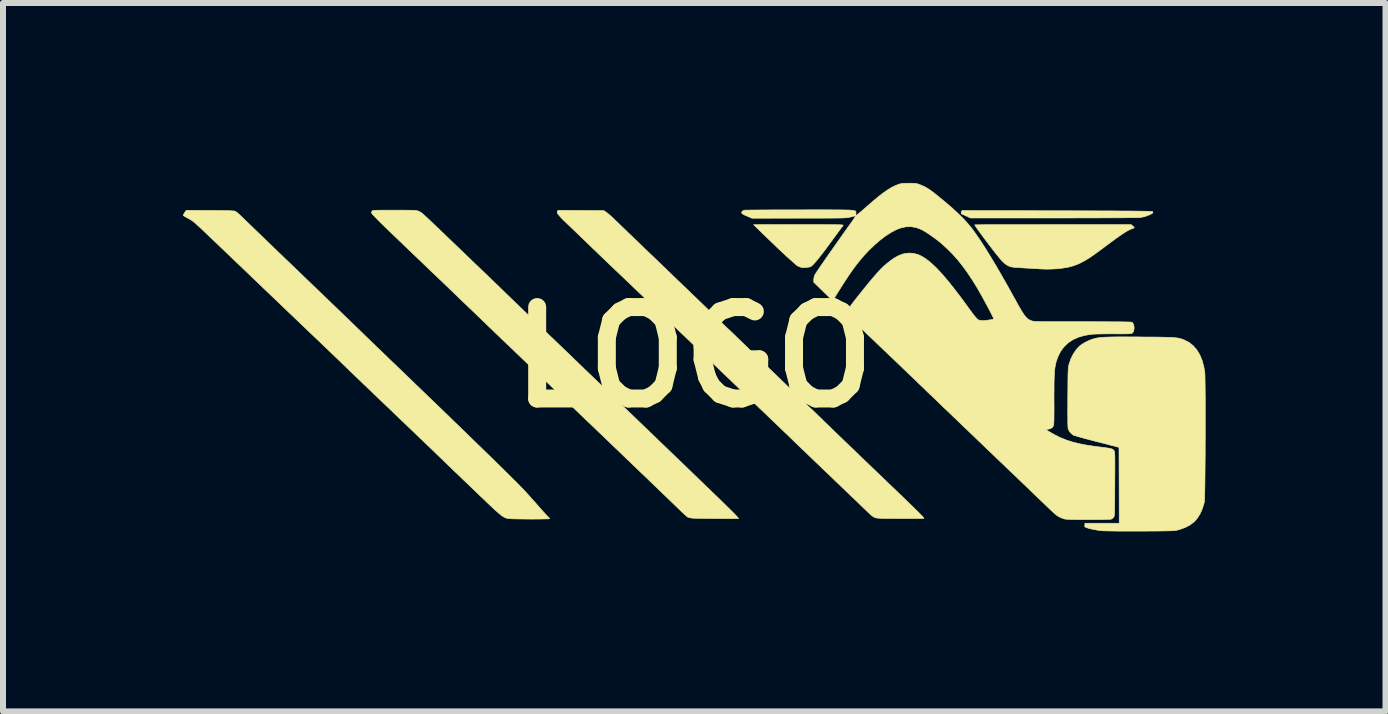
<source format=kicad_pcb>
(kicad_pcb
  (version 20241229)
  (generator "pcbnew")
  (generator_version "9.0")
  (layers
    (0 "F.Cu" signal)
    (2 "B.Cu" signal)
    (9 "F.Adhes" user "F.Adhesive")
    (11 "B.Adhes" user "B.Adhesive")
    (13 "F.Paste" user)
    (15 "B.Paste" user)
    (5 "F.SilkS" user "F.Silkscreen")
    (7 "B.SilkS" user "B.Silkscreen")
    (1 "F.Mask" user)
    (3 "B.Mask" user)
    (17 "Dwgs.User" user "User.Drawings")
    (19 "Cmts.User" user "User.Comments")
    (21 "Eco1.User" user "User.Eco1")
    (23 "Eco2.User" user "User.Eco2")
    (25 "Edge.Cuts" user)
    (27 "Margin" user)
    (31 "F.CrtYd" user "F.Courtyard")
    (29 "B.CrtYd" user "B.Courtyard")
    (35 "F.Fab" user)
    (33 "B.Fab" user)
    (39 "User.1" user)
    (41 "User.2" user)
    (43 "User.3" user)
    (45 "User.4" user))
  (footprint "LOGO"
    (layer "F.Cu")
    (at 8.518 2.904)
    (property "Reference" "LOGO" (at 0 0 0) (layer "F.SilkS") (effects (font (size 1.524 1.524) (thickness 0.3))))
    (attr through_hole)
    (fp_poly (pts (xy 6.055 -2.44) (xy 6.26 -2.44) (xy 6.449 -2.439) (xy 6.622 -2.439) (xy 6.78 -2.438) (xy 6.923 -2.438) (xy 7.051 -2.437) (xy 7.165 -2.436) (xy 7.266 -2.436) (xy 7.354 -2.435) (xy 7.429 -2.434) (xy 7.492 -2.433) (xy 7.544 -2.432) (xy 7.584 -2.431) (xy 7.615 -2.43) (xy 7.635 -2.429) (xy 7.645 -2.428) (xy 7.647 -2.427) (xy 7.652 -2.415) (xy 7.649 -2.404) (xy 7.636 -2.393) (xy 7.61 -2.38) (xy 7.58 -2.367) (xy 7.515 -2.343) (xy 7.452 -2.33) (xy 7.434 -2.328) (xy 7.417 -2.327) (xy 7.385 -2.326) (xy 7.337 -2.325) (xy 7.275 -2.325) (xy 7.2 -2.324) (xy 7.113 -2.323) (xy 7.014 -2.323) (xy 6.905 -2.322) (xy 6.787 -2.322) (xy 6.659 -2.321) (xy 6.524 -2.321) (xy 6.383 -2.321) (xy 6.235 -2.32) (xy 6.083 -2.32) (xy 5.986 -2.32) (xy 4.61 -2.32) (xy 4.555 -2.346) (xy 4.524 -2.36) (xy 4.495 -2.373) (xy 4.477 -2.38) (xy 4.46 -2.389) (xy 4.454 -2.399) (xy 4.459 -2.418) (xy 4.461 -2.424) (xy 4.469 -2.444) (xy 6.055 -2.44)) (stroke (width 0.01) (type solid)) (fill yes) (layer "F.SilkS"))
    (fp_poly (pts (xy 1.992 -2.21) (xy 2.091 -2.21) (xy 2.176 -2.209) (xy 2.249 -2.209) (xy 2.31 -2.209) (xy 2.359 -2.208) (xy 2.399 -2.207) (xy 2.43 -2.207) (xy 2.454 -2.206) (xy 2.47 -2.204) (xy 2.481 -2.203) (xy 2.487 -2.201) (xy 2.489 -2.199) (xy 2.489 -2.196) (xy 2.488 -2.195) (xy 2.478 -2.182) (xy 2.461 -2.16) (xy 2.438 -2.13) (xy 2.416 -2.1) (xy 2.389 -2.063) (xy 2.356 -2.018) (xy 2.32 -1.969) (xy 2.285 -1.921) (xy 2.273 -1.905) (xy 2.201 -1.807) (xy 2.137 -1.723) (xy 2.081 -1.652) (xy 2.034 -1.595) (xy 1.996 -1.553) (xy 1.967 -1.524) (xy 1.947 -1.509) (xy 1.944 -1.508) (xy 1.92 -1.502) (xy 1.888 -1.497) (xy 1.852 -1.494) (xy 1.82 -1.493) (xy 1.799 -1.495) (xy 1.757 -1.508) (xy 1.728 -1.521) (xy 1.714 -1.531) (xy 1.701 -1.542) (xy 1.679 -1.562) (xy 1.651 -1.587) (xy 1.626 -1.609) (xy 1.586 -1.644) (xy 1.544 -1.682) (xy 1.498 -1.725) (xy 1.447 -1.773) (xy 1.389 -1.827) (xy 1.324 -1.89) (xy 1.25 -1.961) (xy 1.166 -2.042) (xy 1.105 -2.102) (xy 0.995 -2.209) (xy 1.748 -2.21) (xy 1.878 -2.21) (xy 1.992 -2.21)) (stroke (width 0.01) (type solid)) (fill yes) (layer "F.SilkS"))
    (fp_poly (pts (xy 7.315 -2.188) (xy 7.331 -2.172) (xy 7.34 -2.161) (xy 7.341 -2.158) (xy 7.333 -2.152) (xy 7.314 -2.144) (xy 7.293 -2.137) (xy 7.263 -2.125) (xy 7.224 -2.104) (xy 7.173 -2.073) (xy 7.112 -2.032) (xy 7.039 -1.981) (xy 6.955 -1.919) (xy 6.862 -1.85) (xy 6.769 -1.78) (xy 6.687 -1.721) (xy 6.614 -1.67) (xy 6.548 -1.628) (xy 6.489 -1.594) (xy 6.433 -1.565) (xy 6.379 -1.542) (xy 6.326 -1.523) (xy 6.272 -1.508) (xy 6.232 -1.498) (xy 6.153 -1.485) (xy 6.064 -1.474) (xy 5.969 -1.469) (xy 5.874 -1.467) (xy 5.791 -1.47) (xy 5.77 -1.471) (xy 5.736 -1.474) (xy 5.692 -1.476) (xy 5.642 -1.479) (xy 5.596 -1.482) (xy 5.517 -1.486) (xy 5.453 -1.49) (xy 5.402 -1.493) (xy 5.362 -1.496) (xy 5.332 -1.499) (xy 5.309 -1.502) (xy 5.292 -1.505) (xy 5.279 -1.508) (xy 5.267 -1.512) (xy 5.263 -1.513) (xy 5.231 -1.528) (xy 5.2 -1.548) (xy 5.167 -1.575) (xy 5.131 -1.611) (xy 5.09 -1.658) (xy 5.043 -1.716) (xy 5.032 -1.73) (xy 4.983 -1.793) (xy 4.934 -1.856) (xy 4.887 -1.919) (xy 4.842 -1.979) (xy 4.8 -2.035) (xy 4.763 -2.086) (xy 4.731 -2.13) (xy 4.707 -2.165) (xy 4.69 -2.19) (xy 4.682 -2.204) (xy 4.682 -2.206) (xy 4.69 -2.206) (xy 4.715 -2.206) (xy 4.754 -2.207) (xy 4.808 -2.207) (xy 4.875 -2.208) (xy 4.954 -2.208) (xy 5.045 -2.208) (xy 5.146 -2.209) (xy 5.257 -2.209) (xy 5.376 -2.209) (xy 5.504 -2.209) (xy 5.638 -2.209) (xy 5.778 -2.209) (xy 5.924 -2.21) (xy 5.985 -2.21) (xy 7.288 -2.21) (xy 7.315 -2.188)) (stroke (width 0.01) (type solid)) (fill yes) (layer "F.SilkS"))
    (fp_poly (pts (xy 7.293 -0.337) (xy 7.414 -0.337) (xy 7.456 -0.336) (xy 7.573 -0.335) (xy 7.673 -0.335) (xy 7.759 -0.334) (xy 7.833 -0.332) (xy 7.895 -0.331) (xy 7.947 -0.329) (xy 7.991 -0.327) (xy 8.027 -0.323) (xy 8.058 -0.32) (xy 8.084 -0.315) (xy 8.107 -0.31) (xy 8.129 -0.303) (xy 8.15 -0.296) (xy 8.173 -0.287) (xy 8.18 -0.284) (xy 8.257 -0.244) (xy 8.325 -0.189) (xy 8.384 -0.121) (xy 8.433 -0.04) (xy 8.472 0.053) (xy 8.501 0.159) (xy 8.517 0.256) (xy 8.519 0.277) (xy 8.52 0.314) (xy 8.521 0.364) (xy 8.522 0.427) (xy 8.523 0.501) (xy 8.524 0.586) (xy 8.525 0.679) (xy 8.525 0.779) (xy 8.525 0.886) (xy 8.525 0.998) (xy 8.525 1.113) (xy 8.525 1.231) (xy 8.525 1.35) (xy 8.524 1.469) (xy 8.524 1.586) (xy 8.523 1.7) (xy 8.522 1.811) (xy 8.521 1.916) (xy 8.52 2.015) (xy 8.519 2.106) (xy 8.518 2.188) (xy 8.516 2.259) (xy 8.515 2.319) (xy 8.513 2.366) (xy 8.512 2.399) (xy 8.51 2.416) (xy 8.51 2.417) (xy 8.479 2.52) (xy 8.441 2.608) (xy 8.395 2.682) (xy 8.34 2.745) (xy 8.273 2.796) (xy 8.195 2.838) (xy 8.104 2.871) (xy 8.053 2.885) (xy 8.039 2.887) (xy 8.023 2.89) (xy 8.003 2.892) (xy 7.977 2.894) (xy 7.944 2.895) (xy 7.903 2.896) (xy 7.853 2.897) (xy 7.792 2.898) (xy 7.719 2.899) (xy 7.632 2.899) (xy 7.531 2.9) (xy 7.451 2.9) (xy 7.353 2.9) (xy 7.258 2.9) (xy 7.168 2.9) (xy 7.084 2.9) (xy 7.008 2.899) (xy 6.942 2.898) (xy 6.887 2.897) (xy 6.845 2.896) (xy 6.818 2.895) (xy 6.816 2.895) (xy 6.767 2.89) (xy 6.716 2.882) (xy 6.665 2.873) (xy 6.618 2.863) (xy 6.576 2.852) (xy 6.544 2.842) (xy 6.523 2.832) (xy 6.516 2.825) (xy 6.517 2.805) (xy 6.518 2.79) (xy 6.519 2.769) (xy 6.805 2.769) (xy 7.091 2.769) (xy 7.089 2.136) (xy 7.087 1.504) (xy 6.72 1.409) (xy 6.643 1.389) (xy 6.57 1.37) (xy 6.503 1.352) (xy 6.445 1.336) (xy 6.396 1.322) (xy 6.359 1.311) (xy 6.335 1.304) (xy 6.327 1.301) (xy 6.295 1.277) (xy 6.265 1.244) (xy 6.244 1.208) (xy 6.24 1.196) (xy 6.237 1.182) (xy 6.236 1.156) (xy 6.234 1.116) (xy 6.233 1.064) (xy 6.233 0.997) (xy 6.232 0.915) (xy 6.233 0.818) (xy 6.233 0.705) (xy 6.233 0.673) (xy 6.234 0.569) (xy 6.235 0.481) (xy 6.235 0.407) (xy 6.236 0.345) (xy 6.237 0.294) (xy 6.238 0.253) (xy 6.24 0.22) (xy 6.241 0.194) (xy 6.243 0.173) (xy 6.246 0.155) (xy 6.249 0.14) (xy 6.252 0.126) (xy 6.255 0.114) (xy 6.287 0.023) (xy 6.329 -0.06) (xy 6.379 -0.131) (xy 6.429 -0.184) (xy 6.475 -0.218) (xy 6.531 -0.251) (xy 6.592 -0.28) (xy 6.644 -0.3) (xy 6.67 -0.307) (xy 6.697 -0.314) (xy 6.726 -0.32) (xy 6.759 -0.325) (xy 6.795 -0.329) (xy 6.838 -0.332) (xy 6.888 -0.334) (xy 6.947 -0.336) (xy 7.015 -0.337) (xy 7.095 -0.338) (xy 7.187 -0.338) (xy 7.293 -0.337)) (stroke (width 0.01) (type solid)) (fill yes) (layer "F.SilkS"))
    (fp_poly (pts (xy -4.99 -2.45) (xy -4.902 -2.45) (xy -4.829 -2.45) (xy -4.769 -2.449) (xy -4.722 -2.449) (xy -4.685 -2.448) (xy -4.656 -2.446) (xy -4.635 -2.444) (xy -4.619 -2.442) (xy -4.606 -2.439) (xy -4.596 -2.436) (xy -4.588 -2.432) (xy -4.579 -2.428) (xy -4.571 -2.424) (xy -4.562 -2.419) (xy -4.552 -2.413) (xy -4.54 -2.405) (xy -4.526 -2.393) (xy -4.508 -2.378) (xy -4.486 -2.358) (xy -4.459 -2.333) (xy -4.425 -2.302) (xy -4.385 -2.264) (xy -4.338 -2.219) (xy -4.282 -2.165) (xy -4.217 -2.103) (xy -4.141 -2.031) (xy -4.055 -1.948) (xy -3.992 -1.888) (xy -3.966 -1.863) (xy -3.93 -1.828) (xy -3.884 -1.784) (xy -3.831 -1.733) (xy -3.772 -1.676) (xy -3.709 -1.616) (xy -3.643 -1.552) (xy -3.575 -1.488) (xy -3.548 -1.461) (xy -3.484 -1.4) (xy -3.423 -1.342) (xy -3.367 -1.288) (xy -3.317 -1.239) (xy -3.273 -1.198) (xy -3.238 -1.164) (xy -3.212 -1.138) (xy -3.196 -1.123) (xy -3.192 -1.119) (xy -3.18 -1.107) (xy -3.157 -1.085) (xy -3.124 -1.052) (xy -3.08 -1.01) (xy -3.027 -0.959) (xy -2.966 -0.9) (xy -2.898 -0.834) (xy -2.822 -0.761) (xy -2.747 -0.69) (xy -2.699 -0.643) (xy -2.653 -0.6) (xy -2.613 -0.561) (xy -2.578 -0.528) (xy -2.552 -0.502) (xy -2.536 -0.486) (xy -2.532 -0.482) (xy -2.521 -0.472) (xy -2.499 -0.451) (xy -2.468 -0.421) (xy -2.43 -0.384) (xy -2.386 -0.342) (xy -2.337 -0.296) (xy -2.299 -0.259) (xy -2.242 -0.204) (xy -2.183 -0.147) (xy -2.124 -0.091) (xy -2.068 -0.037) (xy -2.018 0.011) (xy -1.977 0.051) (xy -1.964 0.063) (xy -1.927 0.099) (xy -1.881 0.143) (xy -1.828 0.195) (xy -1.77 0.251) (xy -1.71 0.308) (xy -1.651 0.365) (xy -1.621 0.393) (xy -1.564 0.449) (xy -1.504 0.506) (xy -1.445 0.563) (xy -1.389 0.617) (xy -1.339 0.666) (xy -1.296 0.707) (xy -1.278 0.724) (xy -1.232 0.769) (xy -1.181 0.819) (xy -1.13 0.868) (xy -1.083 0.913) (xy -1.054 0.94) (xy -1.014 0.979) (xy -0.965 1.026) (xy -0.914 1.076) (xy -0.863 1.124) (xy -0.83 1.156) (xy -0.794 1.191) (xy -0.757 1.226) (xy -0.72 1.263) (xy -0.679 1.302) (xy -0.634 1.345) (xy -0.584 1.394) (xy -0.526 1.449) (xy -0.459 1.513) (xy -0.383 1.587) (xy -0.347 1.621) (xy -0.235 1.729) (xy -0.123 1.836) (xy -0.008 1.948) (xy 0.106 2.058) (xy 0.154 2.104) (xy 0.205 2.154) (xy 0.257 2.203) (xy 0.304 2.249) (xy 0.343 2.286) (xy 0.343 2.286) (xy 0.42 2.36) (xy 0.49 2.429) (xy 0.552 2.49) (xy 0.607 2.544) (xy 0.652 2.589) (xy 0.688 2.625) (xy 0.713 2.652) (xy 0.727 2.667) (xy 0.728 2.669) (xy 0.746 2.692) (xy 0.4 2.691) (xy 0.322 2.691) (xy 0.247 2.69) (xy 0.177 2.689) (xy 0.114 2.688) (xy 0.061 2.687) (xy 0.019 2.686) (xy -0.008 2.685) (xy -0.013 2.685) (xy -0.048 2.681) (xy -0.079 2.675) (xy -0.099 2.669) (xy -0.102 2.668) (xy -0.114 2.658) (xy -0.136 2.639) (xy -0.166 2.612) (xy -0.201 2.579) (xy -0.239 2.543) (xy -0.241 2.541) (xy -0.289 2.495) (xy -0.342 2.444) (xy -0.396 2.392) (xy -0.445 2.344) (xy -0.47 2.32) (xy -0.517 2.275) (xy -0.571 2.223) (xy -0.625 2.171) (xy -0.675 2.123) (xy -0.69 2.108) (xy -0.725 2.075) (xy -0.768 2.033) (xy -0.819 1.984) (xy -0.875 1.931) (xy -0.932 1.876) (xy -0.988 1.822) (xy -1.008 1.804) (xy -1.062 1.751) (xy -1.118 1.698) (xy -1.172 1.646) (xy -1.222 1.597) (xy -1.266 1.555) (xy -1.301 1.522) (xy -1.312 1.511) (xy -1.338 1.486) (xy -1.374 1.452) (xy -1.419 1.409) (xy -1.471 1.358) (xy -1.529 1.303) (xy -1.592 1.243) (xy -1.657 1.18) (xy -1.723 1.117) (xy -1.74 1.101) (xy -1.803 1.041) (xy -1.862 0.984) (xy -1.917 0.931) (xy -1.966 0.885) (xy -2.008 0.844) (xy -2.042 0.812) (xy -2.066 0.788) (xy -2.08 0.774) (xy -2.083 0.771) (xy -2.095 0.759) (xy -2.119 0.736) (xy -2.152 0.704) (xy -2.195 0.662) (xy -2.246 0.613) (xy -2.305 0.557) (xy -2.369 0.495) (xy -2.439 0.428) (xy -2.51 0.36) (xy -2.564 0.309) (xy -2.618 0.257) (xy -2.67 0.207) (xy -2.719 0.16) (xy -2.761 0.12) (xy -2.793 0.089) (xy -2.798 0.084) (xy -2.868 0.018) (xy -2.948 -0.059) (xy -3.041 -0.148) (xy -3.145 -0.247) (xy -3.205 -0.304) (xy -3.247 -0.345) (xy -3.297 -0.392) (xy -3.348 -0.442) (xy -3.398 -0.49) (xy -3.421 -0.512) (xy -3.456 -0.546) (xy -3.5 -0.589) (xy -3.552 -0.639) (xy -3.608 -0.693) (xy -3.667 -0.749) (xy -3.724 -0.804) (xy -3.747 -0.825) (xy -3.802 -0.879) (xy -3.859 -0.933) (xy -3.915 -0.987) (xy -3.967 -1.037) (xy -4.013 -1.082) (xy -4.051 -1.118) (xy -4.064 -1.13) (xy -4.108 -1.173) (xy -4.157 -1.22) (xy -4.206 -1.267) (xy -4.25 -1.309) (xy -4.263 -1.321) (xy -4.306 -1.362) (xy -4.356 -1.409) (xy -4.406 -1.457) (xy -4.449 -1.498) (xy -4.489 -1.537) (xy -4.521 -1.568) (xy -4.547 -1.593) (xy -4.57 -1.615) (xy -4.593 -1.637) (xy -4.62 -1.663) (xy -4.654 -1.695) (xy -4.674 -1.714) (xy -4.79 -1.825) (xy -4.894 -1.925) (xy -4.987 -2.014) (xy -5.069 -2.093) (xy -5.14 -2.162) (xy -5.201 -2.221) (xy -5.252 -2.272) (xy -5.293 -2.314) (xy -5.326 -2.347) (xy -5.35 -2.373) (xy -5.366 -2.392) (xy -5.375 -2.404) (xy -5.376 -2.408) (xy -5.372 -2.423) (xy -5.365 -2.434) (xy -5.361 -2.438) (xy -5.356 -2.441) (xy -5.347 -2.444) (xy -5.334 -2.446) (xy -5.314 -2.448) (xy -5.286 -2.449) (xy -5.248 -2.449) (xy -5.2 -2.45) (xy -5.139 -2.45) (xy -5.064 -2.45) (xy -4.99 -2.45)) (stroke (width 0.01) (type solid)) (fill yes) (layer "F.SilkS"))
    (fp_poly (pts (xy -1.884 -2.445) (xy -1.502 -2.443) (xy -1.463 -2.417) (xy -1.443 -2.402) (xy -1.414 -2.378) (xy -1.38 -2.348) (xy -1.343 -2.314) (xy -1.324 -2.295) (xy -1.28 -2.253) (xy -1.23 -2.205) (xy -1.181 -2.158) (xy -1.138 -2.116) (xy -1.13 -2.109) (xy -1.102 -2.081) (xy -1.063 -2.044) (xy -1.017 -1.999) (xy -0.965 -1.949) (xy -0.909 -1.896) (xy -0.852 -1.841) (xy -0.809 -1.799) (xy -0.752 -1.745) (xy -0.696 -1.691) (xy -0.641 -1.639) (xy -0.591 -1.591) (xy -0.547 -1.548) (xy -0.512 -1.514) (xy -0.491 -1.494) (xy -0.404 -1.41) (xy -0.324 -1.333) (xy -0.249 -1.261) (xy -0.175 -1.19) (xy -0.099 -1.117) (xy -0.018 -1.038) (xy 0.073 -0.952) (xy 0.076 -0.948) (xy 0.136 -0.891) (xy 0.196 -0.833) (xy 0.256 -0.775) (xy 0.313 -0.72) (xy 0.364 -0.67) (xy 0.408 -0.628) (xy 0.438 -0.598) (xy 0.475 -0.562) (xy 0.508 -0.529) (xy 0.536 -0.503) (xy 0.556 -0.484) (xy 0.566 -0.475) (xy 0.567 -0.474) (xy 0.575 -0.467) (xy 0.594 -0.449) (xy 0.621 -0.424) (xy 0.655 -0.391) (xy 0.693 -0.354) (xy 0.709 -0.338) (xy 0.751 -0.297) (xy 0.802 -0.248) (xy 0.859 -0.193) (xy 0.919 -0.135) (xy 0.978 -0.077) (xy 1.035 -0.022) (xy 1.041 -0.017) (xy 1.097 0.037) (xy 1.156 0.093) (xy 1.215 0.15) (xy 1.271 0.204) (xy 1.321 0.252) (xy 1.362 0.292) (xy 1.367 0.296) (xy 1.416 0.344) (xy 1.471 0.397) (xy 1.527 0.451) (xy 1.58 0.501) (xy 1.613 0.533) (xy 1.658 0.577) (xy 1.708 0.625) (xy 1.757 0.672) (xy 1.801 0.715) (xy 1.825 0.738) (xy 1.859 0.771) (xy 1.89 0.801) (xy 1.916 0.826) (xy 1.934 0.843) (xy 1.939 0.847) (xy 1.951 0.858) (xy 1.974 0.879) (xy 2.004 0.908) (xy 2.039 0.942) (xy 2.077 0.98) (xy 2.083 0.985) (xy 2.122 1.023) (xy 2.171 1.071) (xy 2.228 1.126) (xy 2.292 1.188) (xy 2.359 1.253) (xy 2.429 1.32) (xy 2.499 1.388) (xy 2.567 1.453) (xy 2.631 1.515) (xy 2.69 1.571) (xy 2.74 1.619) (xy 2.76 1.638) (xy 2.802 1.679) (xy 2.854 1.729) (xy 2.911 1.783) (xy 2.97 1.84) (xy 3.028 1.896) (xy 3.081 1.947) (xy 3.091 1.956) (xy 3.104 1.969) (xy 3.129 1.992) (xy 3.161 2.024) (xy 3.201 2.062) (xy 3.246 2.105) (xy 3.294 2.151) (xy 3.311 2.167) (xy 3.41 2.262) (xy 3.496 2.345) (xy 3.571 2.418) (xy 3.636 2.481) (xy 3.691 2.534) (xy 3.736 2.579) (xy 3.771 2.615) (xy 3.799 2.643) (xy 3.818 2.664) (xy 3.83 2.678) (xy 3.835 2.686) (xy 3.835 2.687) (xy 3.827 2.688) (xy 3.804 2.689) (xy 3.768 2.69) (xy 3.722 2.69) (xy 3.667 2.691) (xy 3.605 2.691) (xy 3.538 2.691) (xy 3.469 2.691) (xy 3.399 2.691) (xy 3.331 2.69) (xy 3.267 2.689) (xy 3.208 2.689) (xy 3.157 2.688) (xy 3.116 2.687) (xy 3.086 2.685) (xy 3.077 2.685) (xy 3.05 2.682) (xy 3.028 2.677) (xy 3.006 2.669) (xy 2.984 2.656) (xy 2.959 2.637) (xy 2.928 2.609) (xy 2.889 2.572) (xy 2.864 2.548) (xy 2.831 2.517) (xy 2.789 2.476) (xy 2.74 2.428) (xy 2.687 2.377) (xy 2.632 2.325) (xy 2.578 2.273) (xy 2.574 2.269) (xy 2.52 2.218) (xy 2.465 2.165) (xy 2.41 2.112) (xy 2.359 2.064) (xy 2.315 2.021) (xy 2.28 1.987) (xy 2.278 1.985) (xy 2.233 1.942) (xy 2.182 1.894) (xy 2.132 1.846) (xy 2.087 1.802) (xy 2.075 1.791) (xy 2.034 1.752) (xy 1.986 1.706) (xy 1.931 1.653) (xy 1.872 1.596) (xy 1.81 1.537) (xy 1.749 1.478) (xy 1.689 1.421) (xy 1.634 1.367) (xy 1.584 1.319) (xy 1.543 1.279) (xy 1.511 1.249) (xy 1.511 1.249) (xy 1.496 1.234) (xy 1.471 1.21) (xy 1.437 1.178) (xy 1.397 1.139) (xy 1.351 1.095) (xy 1.303 1.049) (xy 1.286 1.033) (xy 1.233 0.982) (xy 1.178 0.929) (xy 1.124 0.878) (xy 1.074 0.83) (xy 1.031 0.788) (xy 0.997 0.755) (xy 0.995 0.753) (xy 0.944 0.704) (xy 0.894 0.656) (xy 0.845 0.609) (xy 0.794 0.56) (xy 0.74 0.508) (xy 0.681 0.452) (xy 0.617 0.39) (xy 0.544 0.32) (xy 0.462 0.242) (xy 0.381 0.164) (xy 0.261 0.049) (xy 0.152 -0.055) (xy 0.054 -0.148) (xy -0.033 -0.232) (xy -0.11 -0.306) (xy -0.178 -0.371) (xy -0.238 -0.428) (xy -0.289 -0.478) (xy -0.333 -0.52) (xy -0.37 -0.555) (xy -0.401 -0.585) (xy -0.426 -0.609) (xy -0.445 -0.626) (xy -0.478 -0.659) (xy -0.52 -0.699) (xy -0.565 -0.742) (xy -0.609 -0.784) (xy -0.627 -0.801) (xy -0.672 -0.844) (xy -0.722 -0.892) (xy -0.772 -0.941) (xy -0.818 -0.984) (xy -0.83 -0.996) (xy -0.856 -1.021) (xy -0.893 -1.056) (xy -0.939 -1.1) (xy -0.991 -1.15) (xy -1.049 -1.206) (xy -1.111 -1.265) (xy -1.174 -1.325) (xy -1.228 -1.376) (xy -1.291 -1.436) (xy -1.354 -1.496) (xy -1.415 -1.554) (xy -1.471 -1.608) (xy -1.522 -1.657) (xy -1.566 -1.699) (xy -1.6 -1.732) (xy -1.621 -1.752) (xy -1.656 -1.786) (xy -1.69 -1.818) (xy -1.718 -1.846) (xy -1.739 -1.866) (xy -1.744 -1.871) (xy -1.758 -1.885) (xy -1.783 -1.908) (xy -1.815 -1.94) (xy -1.855 -1.978) (xy -1.899 -2.02) (xy -1.946 -2.066) (xy -1.958 -2.077) (xy -2.005 -2.122) (xy -2.05 -2.165) (xy -2.09 -2.203) (xy -2.123 -2.235) (xy -2.148 -2.259) (xy -2.164 -2.274) (xy -2.166 -2.276) (xy -2.184 -2.293) (xy -2.208 -2.319) (xy -2.234 -2.347) (xy -2.238 -2.352) (xy -2.261 -2.379) (xy -2.274 -2.397) (xy -2.279 -2.409) (xy -2.278 -2.42) (xy -2.276 -2.427) (xy -2.266 -2.448) (xy -1.884 -2.445)) (stroke (width 0.01) (type solid)) (fill yes) (layer "F.SilkS"))
    (fp_poly (pts (xy -8.065 -2.445) (xy -7.971 -2.445) (xy -7.893 -2.444) (xy -7.828 -2.443) (xy -7.776 -2.442) (xy -7.735 -2.441) (xy -7.704 -2.439) (xy -7.681 -2.438) (xy -7.664 -2.436) (xy -7.652 -2.433) (xy -7.643 -2.43) (xy -7.641 -2.429) (xy -7.632 -2.423) (xy -7.621 -2.415) (xy -7.607 -2.403) (xy -7.588 -2.387) (xy -7.563 -2.364) (xy -7.532 -2.334) (xy -7.492 -2.296) (xy -7.443 -2.248) (xy -7.383 -2.19) (xy -7.379 -2.186) (xy -7.276 -2.087) (xy -7.183 -1.997) (xy -7.096 -1.912) (xy -7.011 -1.831) (xy -6.927 -1.75) (xy -6.839 -1.666) (xy -6.82 -1.647) (xy -6.733 -1.564) (xy -6.654 -1.488) (xy -6.583 -1.42) (xy -6.521 -1.36) (xy -6.468 -1.309) (xy -6.426 -1.269) (xy -6.395 -1.239) (xy -6.388 -1.232) (xy -6.373 -1.218) (xy -6.348 -1.193) (xy -6.314 -1.161) (xy -6.274 -1.122) (xy -6.229 -1.079) (xy -6.18 -1.032) (xy -6.163 -1.016) (xy -6.107 -0.962) (xy -6.047 -0.904) (xy -5.986 -0.846) (xy -5.927 -0.789) (xy -5.874 -0.738) (xy -5.834 -0.699) (xy -5.793 -0.66) (xy -5.755 -0.624) (xy -5.724 -0.593) (xy -5.699 -0.569) (xy -5.684 -0.554) (xy -5.68 -0.551) (xy -5.668 -0.54) (xy -5.646 -0.518) (xy -5.615 -0.488) (xy -5.576 -0.451) (xy -5.532 -0.408) (xy -5.483 -0.36) (xy -5.432 -0.311) (xy -5.38 -0.26) (xy -5.328 -0.21) (xy -5.317 -0.199) (xy -5.279 -0.162) (xy -5.231 -0.117) (xy -5.177 -0.064) (xy -5.119 -0.009) (xy -5.061 0.048) (xy -5.004 0.102) (xy -4.991 0.114) (xy -4.917 0.186) (xy -4.847 0.253) (xy -4.78 0.318) (xy -4.712 0.383) (xy -4.642 0.451) (xy -4.566 0.524) (xy -4.482 0.605) (xy -4.42 0.665) (xy -4.354 0.728) (xy -4.295 0.785) (xy -4.242 0.836) (xy -4.193 0.883) (xy -4.147 0.928) (xy -4.102 0.971) (xy -4.057 1.015) (xy -4.01 1.061) (xy -3.959 1.11) (xy -3.904 1.163) (xy -3.842 1.223) (xy -3.772 1.291) (xy -3.693 1.368) (xy -3.624 1.435) (xy -3.52 1.536) (xy -3.42 1.633) (xy -3.325 1.726) (xy -3.235 1.815) (xy -3.151 1.897) (xy -3.074 1.974) (xy -3.004 2.043) (xy -2.943 2.103) (xy -2.892 2.156) (xy -2.85 2.198) (xy -2.82 2.23) (xy -2.807 2.244) (xy -2.768 2.287) (xy -2.737 2.321) (xy -2.712 2.35) (xy -2.689 2.376) (xy -2.665 2.402) (xy -2.639 2.431) (xy -2.608 2.467) (xy -2.568 2.512) (xy -2.561 2.52) (xy -2.525 2.561) (xy -2.491 2.598) (xy -2.462 2.63) (xy -2.439 2.654) (xy -2.426 2.668) (xy -2.424 2.67) (xy -2.41 2.683) (xy -2.405 2.693) (xy -2.413 2.695) (xy -2.435 2.696) (xy -2.471 2.697) (xy -2.517 2.698) (xy -2.571 2.699) (xy -2.631 2.699) (xy -2.694 2.7) (xy -2.76 2.699) (xy -2.824 2.699) (xy -2.886 2.698) (xy -2.944 2.697) (xy -2.994 2.696) (xy -3.034 2.695) (xy -3.061 2.693) (xy -3.084 2.691) (xy -3.104 2.688) (xy -3.124 2.684) (xy -3.143 2.678) (xy -3.163 2.668) (xy -3.186 2.655) (xy -3.212 2.636) (xy -3.242 2.612) (xy -3.278 2.581) (xy -3.321 2.542) (xy -3.371 2.495) (xy -3.431 2.439) (xy -3.5 2.372) (xy -3.568 2.308) (xy -3.647 2.232) (xy -3.717 2.165) (xy -3.778 2.106) (xy -3.834 2.053) (xy -3.886 2.003) (xy -3.935 1.955) (xy -3.985 1.908) (xy -4.036 1.859) (xy -4.091 1.806) (xy -4.151 1.748) (xy -4.219 1.682) (xy -4.296 1.608) (xy -4.335 1.57) (xy -4.374 1.532) (xy -4.41 1.498) (xy -4.439 1.47) (xy -4.461 1.449) (xy -4.474 1.437) (xy -4.476 1.435) (xy -4.485 1.426) (xy -4.504 1.408) (xy -4.53 1.383) (xy -4.561 1.353) (xy -4.573 1.342) (xy -4.604 1.313) (xy -4.644 1.274) (xy -4.691 1.229) (xy -4.741 1.181) (xy -4.793 1.131) (xy -4.833 1.092) (xy -4.881 1.047) (xy -4.926 1.004) (xy -4.967 0.965) (xy -5.002 0.931) (xy -5.029 0.905) (xy -5.045 0.889) (xy -5.045 0.889) (xy -5.062 0.873) (xy -5.089 0.847) (xy -5.124 0.814) (xy -5.165 0.775) (xy -5.21 0.732) (xy -5.257 0.687) (xy -5.258 0.686) (xy -5.31 0.636) (xy -5.365 0.584) (xy -5.418 0.533) (xy -5.468 0.485) (xy -5.511 0.444) (xy -5.537 0.419) (xy -5.582 0.375) (xy -5.634 0.326) (xy -5.686 0.276) (xy -5.733 0.231) (xy -5.744 0.22) (xy -5.785 0.18) (xy -5.834 0.133) (xy -5.886 0.083) (xy -5.936 0.035) (xy -5.969 0.003) (xy -6.015 -0.041) (xy -6.066 -0.09) (xy -6.116 -0.138) (xy -6.161 -0.181) (xy -6.189 -0.208) (xy -6.221 -0.239) (xy -6.263 -0.279) (xy -6.312 -0.325) (xy -6.365 -0.376) (xy -6.419 -0.427) (xy -6.471 -0.478) (xy -6.472 -0.478) (xy -6.519 -0.523) (xy -6.563 -0.565) (xy -6.601 -0.602) (xy -6.633 -0.632) (xy -6.656 -0.654) (xy -6.669 -0.667) (xy -6.671 -0.669) (xy -6.682 -0.679) (xy -6.705 -0.701) (xy -6.738 -0.732) (xy -6.779 -0.772) (xy -6.83 -0.82) (xy -6.887 -0.875) (xy -6.951 -0.936) (xy -7.02 -1.002) (xy -7.093 -1.072) (xy -7.17 -1.145) (xy -7.249 -1.221) (xy -7.329 -1.298) (xy -7.362 -1.329) (xy -7.43 -1.394) (xy -7.5 -1.462) (xy -7.571 -1.53) (xy -7.641 -1.596) (xy -7.707 -1.659) (xy -7.766 -1.716) (xy -7.817 -1.764) (xy -7.844 -1.791) (xy -7.89 -1.834) (xy -7.931 -1.874) (xy -7.967 -1.908) (xy -7.996 -1.935) (xy -8.016 -1.955) (xy -8.026 -1.964) (xy -8.026 -1.965) (xy -8.033 -1.972) (xy -8.051 -1.989) (xy -8.078 -2.014) (xy -8.112 -2.046) (xy -8.152 -2.084) (xy -8.192 -2.122) (xy -8.243 -2.17) (xy -8.285 -2.208) (xy -8.318 -2.238) (xy -8.347 -2.261) (xy -8.371 -2.279) (xy -8.395 -2.294) (xy -8.419 -2.308) (xy -8.431 -2.314) (xy -8.464 -2.332) (xy -8.491 -2.347) (xy -8.508 -2.358) (xy -8.513 -2.362) (xy -8.511 -2.372) (xy -8.501 -2.392) (xy -8.49 -2.409) (xy -8.462 -2.448) (xy -8.065 -2.445)) (stroke (width 0.01) (type solid)) (fill yes) (layer "F.SilkS"))
    (fp_poly (pts (xy 3.634 -2.899) (xy 3.669 -2.898) (xy 3.697 -2.896) (xy 3.72 -2.891) (xy 3.744 -2.884) (xy 3.773 -2.873) (xy 3.774 -2.873) (xy 3.816 -2.855) (xy 3.855 -2.837) (xy 3.894 -2.814) (xy 3.936 -2.787) (xy 3.984 -2.752) (xy 4.04 -2.708) (xy 4.061 -2.691) (xy 4.188 -2.587) (xy 4.301 -2.49) (xy 4.4 -2.399) (xy 4.488 -2.313) (xy 4.563 -2.231) (xy 4.629 -2.152) (xy 4.651 -2.123) (xy 4.715 -2.033) (xy 4.786 -1.928) (xy 4.863 -1.809) (xy 4.945 -1.675) (xy 5.034 -1.528) (xy 5.127 -1.367) (xy 5.226 -1.194) (xy 5.329 -1.008) (xy 5.36 -0.953) (xy 5.403 -0.874) (xy 5.44 -0.81) (xy 5.471 -0.757) (xy 5.499 -0.715) (xy 5.523 -0.683) (xy 5.545 -0.657) (xy 5.566 -0.638) (xy 5.588 -0.624) (xy 5.611 -0.613) (xy 5.621 -0.609) (xy 5.629 -0.606) (xy 5.637 -0.603) (xy 5.647 -0.601) (xy 5.658 -0.599) (xy 5.673 -0.597) (xy 5.692 -0.596) (xy 5.717 -0.594) (xy 5.748 -0.593) (xy 5.787 -0.593) (xy 5.834 -0.592) (xy 5.891 -0.591) (xy 5.959 -0.591) (xy 6.038 -0.591) (xy 6.13 -0.591) (xy 6.236 -0.591) (xy 6.358 -0.591) (xy 6.477 -0.591) (xy 6.62 -0.591) (xy 6.751 -0.59) (xy 6.87 -0.59) (xy 6.975 -0.589) (xy 7.066 -0.589) (xy 7.143 -0.588) (xy 7.206 -0.587) (xy 7.253 -0.586) (xy 7.285 -0.584) (xy 7.3 -0.583) (xy 7.301 -0.583) (xy 7.321 -0.563) (xy 7.333 -0.534) (xy 7.339 -0.498) (xy 7.337 -0.461) (xy 7.328 -0.428) (xy 7.312 -0.404) (xy 7.305 -0.399) (xy 7.297 -0.395) (xy 7.283 -0.393) (xy 7.263 -0.391) (xy 7.233 -0.389) (xy 7.193 -0.389) (xy 7.141 -0.388) (xy 7.076 -0.388) (xy 6.998 -0.389) (xy 6.921 -0.389) (xy 6.848 -0.388) (xy 6.78 -0.387) (xy 6.721 -0.386) (xy 6.673 -0.384) (xy 6.638 -0.382) (xy 6.629 -0.381) (xy 6.512 -0.362) (xy 6.408 -0.332) (xy 6.316 -0.29) (xy 6.237 -0.237) (xy 6.17 -0.173) (xy 6.114 -0.097) (xy 6.069 -0.008) (xy 6.041 0.071) (xy 6.033 0.103) (xy 6.026 0.135) (xy 6.02 0.17) (xy 6.015 0.209) (xy 6.011 0.254) (xy 6.008 0.306) (xy 6.006 0.367) (xy 6.004 0.439) (xy 6.004 0.523) (xy 6.003 0.621) (xy 6.003 0.721) (xy 6.004 0.815) (xy 6.004 0.894) (xy 6.003 0.96) (xy 6.003 1.012) (xy 6.002 1.054) (xy 6.001 1.086) (xy 5.999 1.11) (xy 5.997 1.127) (xy 5.995 1.139) (xy 5.992 1.148) (xy 5.991 1.15) (xy 5.972 1.176) (xy 5.945 1.192) (xy 5.906 1.201) (xy 5.901 1.202) (xy 5.863 1.206) (xy 5.948 1.257) (xy 6.034 1.305) (xy 6.121 1.347) (xy 6.212 1.383) (xy 6.31 1.414) (xy 6.416 1.441) (xy 6.532 1.464) (xy 6.662 1.484) (xy 6.776 1.499) (xy 6.841 1.507) (xy 6.89 1.514) (xy 6.928 1.52) (xy 6.955 1.526) (xy 6.975 1.534) (xy 6.989 1.542) (xy 7 1.553) (xy 7.002 1.555) (xy 7.005 1.56) (xy 7.008 1.566) (xy 7.011 1.573) (xy 7.013 1.584) (xy 7.015 1.599) (xy 7.016 1.62) (xy 7.017 1.649) (xy 7.018 1.685) (xy 7.018 1.732) (xy 7.018 1.789) (xy 7.018 1.859) (xy 7.018 1.942) (xy 7.017 2.04) (xy 7.017 2.112) (xy 7.016 2.22) (xy 7.016 2.313) (xy 7.016 2.391) (xy 7.015 2.456) (xy 7.014 2.51) (xy 7.013 2.553) (xy 7.012 2.587) (xy 7.011 2.612) (xy 7.009 2.631) (xy 7.007 2.645) (xy 7.005 2.655) (xy 7.002 2.662) (xy 6.999 2.667) (xy 6.998 2.669) (xy 6.978 2.688) (xy 6.956 2.701) (xy 6.942 2.703) (xy 6.913 2.704) (xy 6.872 2.706) (xy 6.82 2.707) (xy 6.76 2.708) (xy 6.694 2.708) (xy 6.625 2.708) (xy 6.553 2.708) (xy 6.482 2.708) (xy 6.414 2.708) (xy 6.351 2.707) (xy 6.295 2.706) (xy 6.248 2.704) (xy 6.213 2.702) (xy 6.191 2.7) (xy 6.189 2.7) (xy 6.161 2.692) (xy 6.126 2.679) (xy 6.097 2.666) (xy 6.085 2.66) (xy 6.072 2.653) (xy 6.059 2.644) (xy 6.045 2.634) (xy 6.027 2.619) (xy 6.005 2.6) (xy 5.979 2.576) (xy 5.945 2.545) (xy 5.904 2.506) (xy 5.855 2.459) (xy 5.796 2.402) (xy 5.725 2.334) (xy 5.724 2.333) (xy 5.689 2.299) (xy 5.658 2.27) (xy 5.634 2.247) (xy 5.619 2.232) (xy 5.613 2.227) (xy 5.606 2.22) (xy 5.589 2.203) (xy 5.563 2.178) (xy 5.532 2.148) (xy 5.503 2.121) (xy 5.468 2.087) (xy 5.423 2.044) (xy 5.373 1.995) (xy 5.318 1.943) (xy 5.263 1.891) (xy 5.216 1.846) (xy 5.162 1.794) (xy 5.105 1.74) (xy 5.048 1.686) (xy 4.995 1.634) (xy 4.948 1.589) (xy 4.915 1.558) (xy 4.87 1.515) (xy 4.822 1.468) (xy 4.774 1.422) (xy 4.731 1.382) (xy 4.707 1.359) (xy 4.671 1.323) (xy 4.626 1.281) (xy 4.578 1.234) (xy 4.53 1.188) (xy 4.5 1.16) (xy 4.412 1.075) (xy 4.327 0.994) (xy 4.241 0.911) (xy 4.149 0.824) (xy 4.089 0.766) (xy 4.044 0.722) (xy 3.994 0.674) (xy 3.943 0.626) (xy 3.898 0.583) (xy 3.878 0.563) (xy 3.842 0.528) (xy 3.807 0.494) (xy 3.776 0.465) (xy 3.753 0.443) (xy 3.746 0.436) (xy 3.728 0.419) (xy 3.701 0.392) (xy 3.667 0.36) (xy 3.63 0.324) (xy 3.606 0.301) (xy 3.575 0.272) (xy 3.546 0.244) (xy 3.517 0.216) (xy 3.486 0.186) (xy 3.453 0.154) (xy 3.415 0.118) (xy 3.371 0.076) (xy 3.32 0.027) (xy 3.26 -0.03) (xy 3.19 -0.097) (xy 3.162 -0.123) (xy 3.069 -0.212) (xy 2.987 -0.291) (xy 2.915 -0.359) (xy 2.854 -0.418) (xy 2.802 -0.468) (xy 2.758 -0.511) (xy 2.721 -0.546) (xy 2.692 -0.576) (xy 2.668 -0.6) (xy 2.649 -0.62) (xy 2.635 -0.635) (xy 2.624 -0.648) (xy 2.616 -0.659) (xy 2.61 -0.668) (xy 2.607 -0.673) (xy 2.588 -0.719) (xy 2.582 -0.767) (xy 2.588 -0.812) (xy 2.596 -0.832) (xy 2.605 -0.846) (xy 2.623 -0.871) (xy 2.649 -0.905) (xy 2.68 -0.946) (xy 2.716 -0.991) (xy 2.746 -1.029) (xy 2.796 -1.091) (xy 2.836 -1.141) (xy 2.87 -1.183) (xy 2.898 -1.218) (xy 2.922 -1.247) (xy 2.944 -1.274) (xy 2.966 -1.299) (xy 2.989 -1.326) (xy 3.015 -1.356) (xy 3.045 -1.391) (xy 3.083 -1.433) (xy 3.095 -1.447) (xy 3.124 -1.477) (xy 3.162 -1.513) (xy 3.207 -1.552) (xy 3.254 -1.59) (xy 3.3 -1.624) (xy 3.331 -1.647) (xy 3.413 -1.693) (xy 3.495 -1.723) (xy 3.576 -1.735) (xy 3.656 -1.731) (xy 3.735 -1.711) (xy 3.79 -1.686) (xy 3.847 -1.652) (xy 3.907 -1.609) (xy 3.969 -1.556) (xy 4.036 -1.494) (xy 4.106 -1.42) (xy 4.181 -1.335) (xy 4.262 -1.238) (xy 4.349 -1.128) (xy 4.443 -1.005) (xy 4.541 -0.872) (xy 4.589 -0.805) (xy 4.629 -0.751) (xy 4.662 -0.707) (xy 4.689 -0.674) (xy 4.711 -0.649) (xy 4.73 -0.631) (xy 4.747 -0.62) (xy 4.764 -0.613) (xy 4.781 -0.61) (xy 4.801 -0.609) (xy 4.819 -0.609) (xy 4.847 -0.61) (xy 4.881 -0.614) (xy 4.917 -0.619) (xy 4.951 -0.624) (xy 4.979 -0.63) (xy 4.997 -0.635) (xy 5 -0.637) (xy 4.997 -0.645) (xy 4.987 -0.666) (xy 4.971 -0.698) (xy 4.951 -0.739) (xy 4.926 -0.786) (xy 4.901 -0.834) (xy 4.812 -0.999) (xy 4.727 -1.149) (xy 4.643 -1.285) (xy 4.561 -1.408) (xy 4.479 -1.521) (xy 4.397 -1.624) (xy 4.312 -1.719) (xy 4.224 -1.807) (xy 4.133 -1.89) (xy 4.111 -1.909) (xy 4.058 -1.951) (xy 4 -1.994) (xy 3.94 -2.037) (xy 3.883 -2.075) (xy 3.831 -2.107) (xy 3.788 -2.13) (xy 3.706 -2.161) (xy 3.622 -2.175) (xy 3.535 -2.173) (xy 3.447 -2.154) (xy 3.37 -2.124) (xy 3.286 -2.079) (xy 3.196 -2.021) (xy 3.104 -1.951) (xy 3.011 -1.871) (xy 2.919 -1.783) (xy 2.835 -1.693) (xy 2.786 -1.636) (xy 2.737 -1.576) (xy 2.688 -1.513) (xy 2.638 -1.444) (xy 2.585 -1.368) (xy 2.528 -1.282) (xy 2.467 -1.187) (xy 2.399 -1.079) (xy 2.359 -1.014) (xy 2.341 -0.985) (xy 2.325 -0.963) (xy 2.315 -0.95) (xy 2.312 -0.948) (xy 2.305 -0.954) (xy 2.287 -0.97) (xy 2.26 -0.995) (xy 2.227 -1.026) (xy 2.188 -1.064) (xy 2.152 -1.099) (xy 1.998 -1.249) (xy 1.998 -1.291) (xy 2.002 -1.325) (xy 2.01 -1.358) (xy 2.014 -1.367) (xy 2.023 -1.382) (xy 2.04 -1.41) (xy 2.067 -1.449) (xy 2.1 -1.499) (xy 2.141 -1.558) (xy 2.188 -1.626) (xy 2.24 -1.701) (xy 2.298 -1.783) (xy 2.359 -1.87) (xy 2.423 -1.961) (xy 2.49 -2.056) (xy 2.515 -2.091) (xy 2.563 -2.158) (xy 2.602 -2.213) (xy 2.633 -2.256) (xy 2.656 -2.289) (xy 2.673 -2.314) (xy 2.684 -2.332) (xy 2.691 -2.343) (xy 2.694 -2.35) (xy 2.694 -2.353) (xy 2.692 -2.354) (xy 2.69 -2.354) (xy 2.677 -2.352) (xy 2.652 -2.346) (xy 2.62 -2.338) (xy 2.611 -2.336) (xy 2.6 -2.333) (xy 2.588 -2.33) (xy 2.575 -2.328) (xy 2.561 -2.326) (xy 2.543 -2.324) (xy 2.521 -2.322) (xy 2.493 -2.321) (xy 2.459 -2.32) (xy 2.417 -2.319) (xy 2.366 -2.319) (xy 2.306 -2.318) (xy 2.235 -2.318) (xy 2.151 -2.317) (xy 2.055 -2.317) (xy 1.944 -2.317) (xy 1.818 -2.317) (xy 1.757 -2.317) (xy 0.969 -2.316) (xy 0.883 -2.353) (xy 0.841 -2.371) (xy 0.814 -2.386) (xy 0.799 -2.399) (xy 0.796 -2.411) (xy 0.802 -2.425) (xy 0.806 -2.432) (xy 0.822 -2.442) (xy 0.844 -2.45) (xy 0.845 -2.45) (xy 0.857 -2.451) (xy 0.885 -2.451) (xy 0.928 -2.452) (xy 0.984 -2.453) (xy 1.052 -2.453) (xy 1.132 -2.454) (xy 1.221 -2.454) (xy 1.32 -2.455) (xy 1.426 -2.455) (xy 1.539 -2.455) (xy 1.657 -2.455) (xy 1.771 -2.455) (xy 1.917 -2.456) (xy 2.047 -2.456) (xy 2.161 -2.456) (xy 2.262 -2.456) (xy 2.349 -2.455) (xy 2.424 -2.455) (xy 2.488 -2.454) (xy 2.541 -2.453) (xy 2.585 -2.452) (xy 2.62 -2.45) (xy 2.647 -2.447) (xy 2.668 -2.444) (xy 2.683 -2.44) (xy 2.693 -2.436) (xy 2.699 -2.431) (xy 2.701 -2.425) (xy 2.702 -2.418) (xy 2.702 -2.41) (xy 2.701 -2.401) (xy 2.701 -2.395) (xy 2.702 -2.374) (xy 2.705 -2.363) (xy 2.706 -2.362) (xy 2.714 -2.367) (xy 2.732 -2.381) (xy 2.757 -2.402) (xy 2.786 -2.426) (xy 2.815 -2.451) (xy 2.825 -2.46) (xy 2.919 -2.542) (xy 3.002 -2.614) (xy 3.076 -2.675) (xy 3.142 -2.727) (xy 3.202 -2.77) (xy 3.255 -2.805) (xy 3.305 -2.834) (xy 3.351 -2.857) (xy 3.395 -2.874) (xy 3.399 -2.876) (xy 3.428 -2.886) (xy 3.454 -2.892) (xy 3.479 -2.896) (xy 3.51 -2.898) (xy 3.55 -2.899) (xy 3.586 -2.899) (xy 3.634 -2.899)) (stroke (width 0.01) (type solid)) (fill yes) (layer "F.SilkS")))
  (gr_rect
    (start -3 -3)
    (end 20.048 8.81)
    (stroke (width 0.1) (type default))
    (fill no)
    (layer "Edge.Cuts")))
</source>
